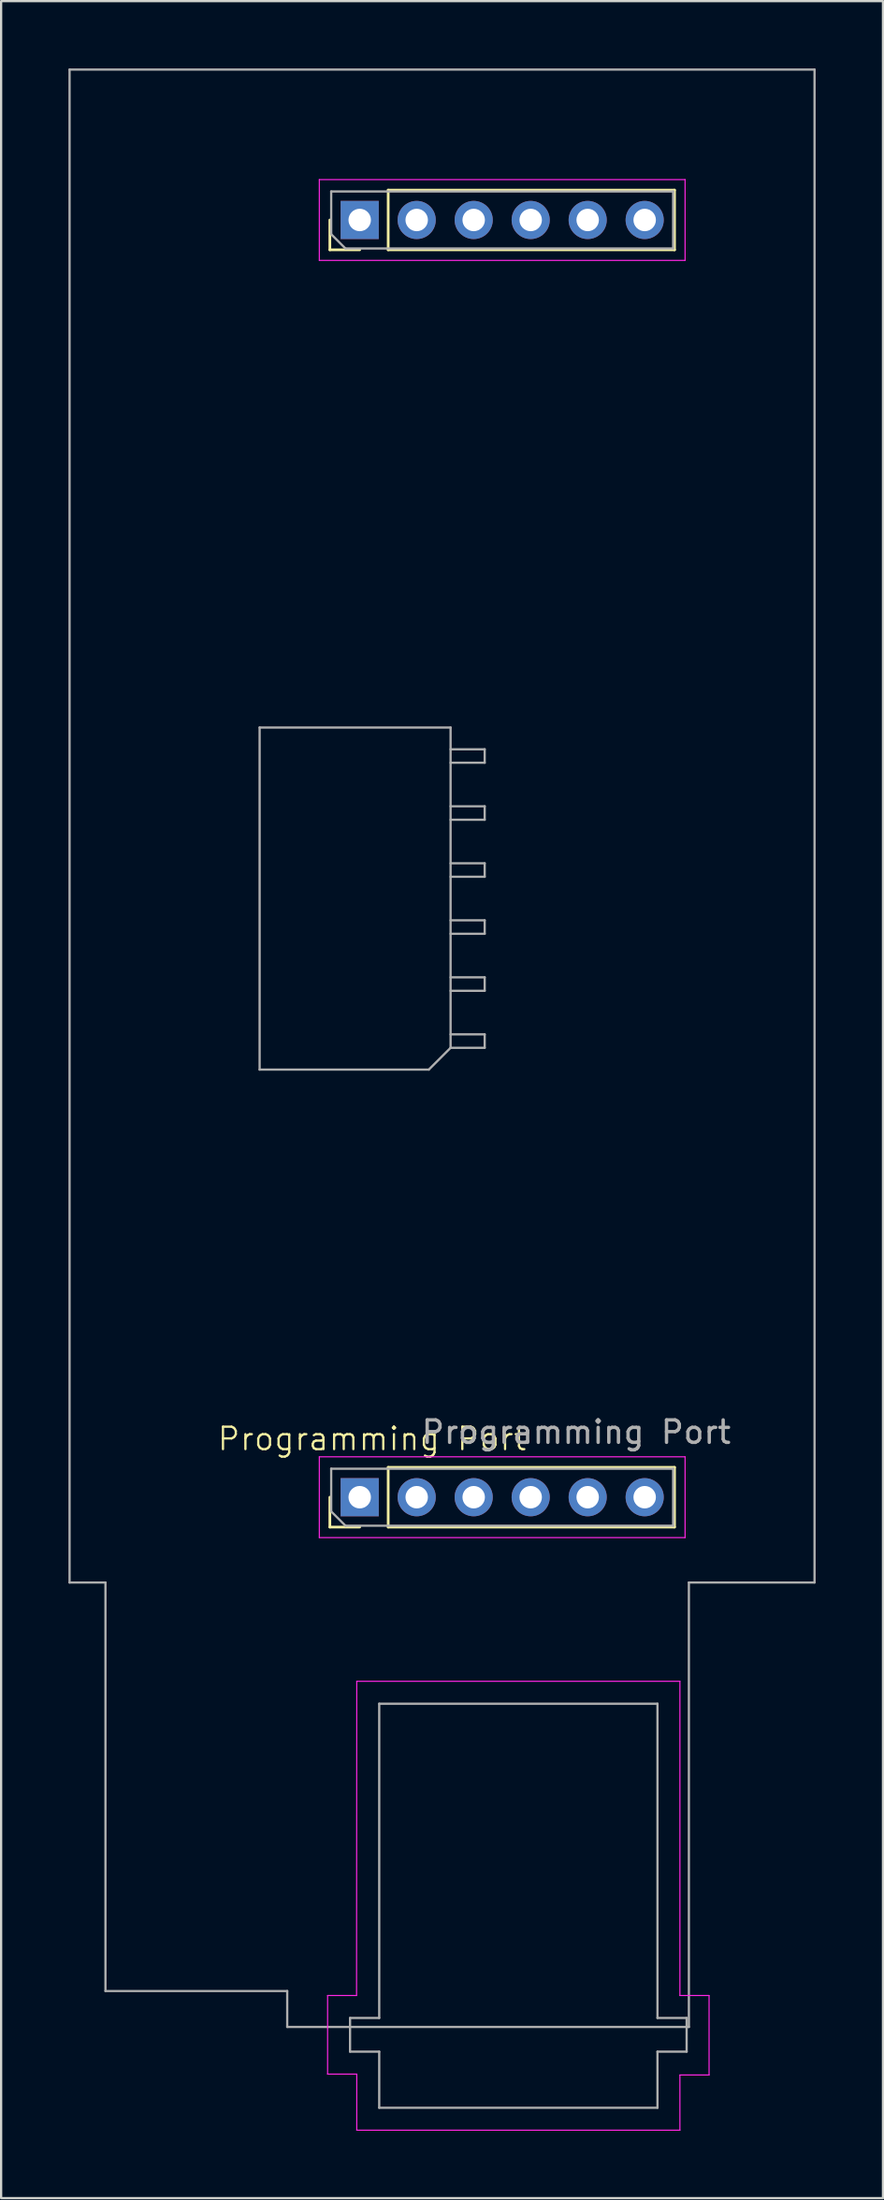
<source format=kicad_pcb>
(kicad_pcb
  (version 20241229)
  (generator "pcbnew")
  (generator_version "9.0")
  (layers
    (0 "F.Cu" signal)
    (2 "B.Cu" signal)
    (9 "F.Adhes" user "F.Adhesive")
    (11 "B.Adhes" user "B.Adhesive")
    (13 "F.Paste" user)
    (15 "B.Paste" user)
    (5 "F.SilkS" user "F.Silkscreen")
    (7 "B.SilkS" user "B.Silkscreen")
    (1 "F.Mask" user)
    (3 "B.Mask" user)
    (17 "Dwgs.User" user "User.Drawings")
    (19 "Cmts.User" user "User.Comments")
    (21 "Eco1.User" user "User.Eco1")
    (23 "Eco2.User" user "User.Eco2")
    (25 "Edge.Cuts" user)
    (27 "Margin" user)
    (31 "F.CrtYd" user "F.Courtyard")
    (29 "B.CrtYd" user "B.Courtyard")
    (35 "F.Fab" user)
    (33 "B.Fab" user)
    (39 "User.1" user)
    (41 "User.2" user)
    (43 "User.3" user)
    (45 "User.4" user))
  (footprint "Programming Port"
    (layer "F.Cu")
    (at 13.03 63.65)
    (property "Reference" "Programming Port" (at 0.5 -2.6 0) (unlocked yes) (layer "F.SilkS") (effects (font (size 1 1) (thickness 0.1))))
    (attr through_hole)
    (fp_line (start -1.38 -55.57) (end -1.38 -56.9) (stroke (width 0.12) (type solid)) (layer "F.SilkS"))
    (fp_line (start -1.38 1.33) (end -1.38 0) (stroke (width 0.12) (type solid)) (layer "F.SilkS"))
    (fp_line (start -0.05 -55.57) (end -1.38 -55.57) (stroke (width 0.12) (type solid)) (layer "F.SilkS"))
    (fp_line (start -0.05 1.33) (end -1.38 1.33) (stroke (width 0.12) (type solid)) (layer "F.SilkS"))
    (fp_line (start 1.22 -58.23) (end 13.98 -58.23) (stroke (width 0.12) (type solid)) (layer "F.SilkS"))
    (fp_line (start 1.22 -55.57) (end 1.22 -58.23) (stroke (width 0.12) (type solid)) (layer "F.SilkS"))
    (fp_line (start 1.22 -55.57) (end 13.98 -55.57) (stroke (width 0.12) (type solid)) (layer "F.SilkS"))
    (fp_line (start 1.22 -1.33) (end 13.98 -1.33) (stroke (width 0.12) (type solid)) (layer "F.SilkS"))
    (fp_line (start 1.22 1.33) (end 1.22 -1.33) (stroke (width 0.12) (type solid)) (layer "F.SilkS"))
    (fp_line (start 1.22 1.33) (end 13.98 1.33) (stroke (width 0.12) (type solid)) (layer "F.SilkS"))
    (fp_line (start 13.98 -55.57) (end 13.98 -58.23) (stroke (width 0.12) (type solid)) (layer "F.SilkS"))
    (fp_line (start 13.98 1.33) (end 13.98 -1.33) (stroke (width 0.12) (type solid)) (layer "F.SilkS"))
    (fp_line (start -1.85 -58.7) (end -1.85 -55.1) (stroke (width 0.05) (type solid)) (layer "F.CrtYd"))
    (fp_line (start -1.85 -55.1) (end 14.45 -55.1) (stroke (width 0.05) (type solid)) (layer "F.CrtYd"))
    (fp_line (start -1.85 -1.8) (end -1.85 1.8) (stroke (width 0.05) (type solid)) (layer "F.CrtYd"))
    (fp_line (start -1.85 1.8) (end 14.45 1.8) (stroke (width 0.05) (type solid)) (layer "F.CrtYd"))
    (fp_line (start -1.48 22.2) (end -1.48 25.7) (stroke (width 0.05) (type default)) (layer "F.CrtYd"))
    (fp_line (start -1.48 25.7) (end -0.18 25.7) (stroke (width 0.05) (type default)) (layer "F.CrtYd"))
    (fp_line (start -0.19 22.2) (end -1.48 22.2) (stroke (width 0.05) (type default)) (layer "F.CrtYd"))
    (fp_line (start -0.18 8.2) (end -0.19 22.2) (stroke (width 0.05) (type default)) (layer "F.CrtYd"))
    (fp_line (start -0.18 25.7) (end -0.18 28.2) (stroke (width 0.05) (type default)) (layer "F.CrtYd"))
    (fp_line (start -0.18 28.2) (end 14.22 28.2) (stroke (width 0.05) (type default)) (layer "F.CrtYd"))
    (fp_line (start 14.22 8.2) (end -0.18 8.2) (stroke (width 0.05) (type default)) (layer "F.CrtYd"))
    (fp_line (start 14.22 22.2) (end 14.22 8.2) (stroke (width 0.05) (type default)) (layer "F.CrtYd"))
    (fp_line (start 14.22 25.74) (end 15.52 25.74) (stroke (width 0.05) (type default)) (layer "F.CrtYd"))
    (fp_line (start 14.22 28.2) (end 14.22 25.74) (stroke (width 0.05) (type default)) (layer "F.CrtYd"))
    (fp_line (start 14.45 -58.7) (end -1.85 -58.7) (stroke (width 0.05) (type solid)) (layer "F.CrtYd"))
    (fp_line (start 14.45 -55.1) (end 14.45 -58.7) (stroke (width 0.05) (type solid)) (layer "F.CrtYd"))
    (fp_line (start 14.45 -1.8) (end -1.85 -1.8) (stroke (width 0.05) (type solid)) (layer "F.CrtYd"))
    (fp_line (start 14.45 1.8) (end 14.45 -1.8) (stroke (width 0.05) (type solid)) (layer "F.CrtYd"))
    (fp_line (start 15.52 22.2) (end 14.22 22.2) (stroke (width 0.05) (type default)) (layer "F.CrtYd"))
    (fp_line (start 15.52 25.74) (end 15.52 22.2) (stroke (width 0.05) (type default)) (layer "F.CrtYd"))
    (fp_line (start -12.98 -63.6) (end -12.98 3.8) (stroke (width 0.1) (type default)) (layer "F.Fab"))
    (fp_line (start -12.98 3.8) (end -11.38 3.8) (stroke (width 0.1) (type default)) (layer "F.Fab"))
    (fp_line (start -11.38 3.8) (end -11.38 22) (stroke (width 0.1) (type default)) (layer "F.Fab"))
    (fp_line (start -11.38 22) (end -3.28 22) (stroke (width 0.1) (type default)) (layer "F.Fab"))
    (fp_line (start -4.51 -34.29) (end -4.51 -19.05) (stroke (width 0.1) (type solid)) (layer "F.Fab"))
    (fp_line (start -4.51 -19.05) (end 3.03 -19.05) (stroke (width 0.1) (type solid)) (layer "F.Fab"))
    (fp_line (start -3.28 22) (end -3.28 23.6) (stroke (width 0.1) (type default)) (layer "F.Fab"))
    (fp_line (start -3.28 23.6) (end 14.62 23.6) (stroke (width 0.1) (type default)) (layer "F.Fab"))
    (fp_line (start -1.32 -58.17) (end 13.92 -58.17) (stroke (width 0.1) (type solid)) (layer "F.Fab"))
    (fp_line (start -1.32 -56.265) (end -1.32 -58.17) (stroke (width 0.1) (type solid)) (layer "F.Fab"))
    (fp_line (start -1.32 -1.27) (end 13.92 -1.27) (stroke (width 0.1) (type solid)) (layer "F.Fab"))
    (fp_line (start -1.32 0.635) (end -1.32 -1.27) (stroke (width 0.1) (type solid)) (layer "F.Fab"))
    (fp_line (start -0.685 -55.63) (end -1.32 -56.265) (stroke (width 0.1) (type solid)) (layer "F.Fab"))
    (fp_line (start -0.685 1.27) (end -1.32 0.635) (stroke (width 0.1) (type solid)) (layer "F.Fab"))
    (fp_line (start -0.48 23.2) (end 0.82 23.2) (stroke (width 0.1) (type default)) (layer "F.Fab"))
    (fp_line (start -0.48 24.7) (end -0.48 23.2) (stroke (width 0.1) (type default)) (layer "F.Fab"))
    (fp_line (start 0.82 23.2) (end 0.82 9.2) (stroke (width 0.1) (type default)) (layer "F.Fab"))
    (fp_line (start 0.82 24.7) (end -0.48 24.7) (stroke (width 0.1) (type default)) (layer "F.Fab"))
    (fp_line (start 0.82 27.2) (end 0.82 24.7) (stroke (width 0.1) (type default)) (layer "F.Fab"))
    (fp_line (start 3.03 -19.05) (end 4 -20.02) (stroke (width 0.1) (type solid)) (layer "F.Fab"))
    (fp_line (start 4 -34.29) (end -4.51 -34.29) (stroke (width 0.1) (type solid)) (layer "F.Fab"))
    (fp_line (start 4 -33.32) (end 5.52 -33.32) (stroke (width 0.1) (type solid)) (layer "F.Fab"))
    (fp_line (start 4 -30.78) (end 5.52 -30.78) (stroke (width 0.1) (type solid)) (layer "F.Fab"))
    (fp_line (start 4 -28.24) (end 5.52 -28.24) (stroke (width 0.1) (type solid)) (layer "F.Fab"))
    (fp_line (start 4 -25.7) (end 5.52 -25.7) (stroke (width 0.1) (type solid)) (layer "F.Fab"))
    (fp_line (start 4 -23.16) (end 5.52 -23.16) (stroke (width 0.1) (type solid)) (layer "F.Fab"))
    (fp_line (start 4 -20.62) (end 5.52 -20.62) (stroke (width 0.1) (type solid)) (layer "F.Fab"))
    (fp_line (start 4 -20.02) (end 4 -34.29) (stroke (width 0.1) (type solid)) (layer "F.Fab"))
    (fp_line (start 5.52 -33.32) (end 5.52 -32.72) (stroke (width 0.1) (type solid)) (layer "F.Fab"))
    (fp_line (start 5.52 -32.72) (end 4 -32.72) (stroke (width 0.1) (type solid)) (layer "F.Fab"))
    (fp_line (start 5.52 -30.78) (end 5.52 -30.18) (stroke (width 0.1) (type solid)) (layer "F.Fab"))
    (fp_line (start 5.52 -30.18) (end 4 -30.18) (stroke (width 0.1) (type solid)) (layer "F.Fab"))
    (fp_line (start 5.52 -28.24) (end 5.52 -27.64) (stroke (width 0.1) (type solid)) (layer "F.Fab"))
    (fp_line (start 5.52 -27.64) (end 4 -27.64) (stroke (width 0.1) (type solid)) (layer "F.Fab"))
    (fp_line (start 5.52 -25.7) (end 5.52 -25.1) (stroke (width 0.1) (type solid)) (layer "F.Fab"))
    (fp_line (start 5.52 -25.1) (end 4 -25.1) (stroke (width 0.1) (type solid)) (layer "F.Fab"))
    (fp_line (start 5.52 -23.16) (end 5.52 -22.56) (stroke (width 0.1) (type solid)) (layer "F.Fab"))
    (fp_line (start 5.52 -22.56) (end 4 -22.56) (stroke (width 0.1) (type solid)) (layer "F.Fab"))
    (fp_line (start 5.52 -20.62) (end 5.52 -20.02) (stroke (width 0.1) (type solid)) (layer "F.Fab"))
    (fp_line (start 5.52 -20.02) (end 4 -20.02) (stroke (width 0.1) (type solid)) (layer "F.Fab"))
    (fp_line (start 13.22 9.2) (end 0.82 9.2) (stroke (width 0.1) (type default)) (layer "F.Fab"))
    (fp_line (start 13.22 23.2) (end 13.22 9.2) (stroke (width 0.1) (type default)) (layer "F.Fab"))
    (fp_line (start 13.22 24.7) (end 14.52 24.7) (stroke (width 0.1) (type default)) (layer "F.Fab"))
    (fp_line (start 13.22 27.2) (end 0.82 27.2) (stroke (width 0.1) (type default)) (layer "F.Fab"))
    (fp_line (start 13.22 27.2) (end 13.22 24.7) (stroke (width 0.1) (type default)) (layer "F.Fab"))
    (fp_line (start 13.92 -58.17) (end 13.92 -55.63) (stroke (width 0.1) (type solid)) (layer "F.Fab"))
    (fp_line (start 13.92 -55.63) (end -0.685 -55.63) (stroke (width 0.1) (type solid)) (layer "F.Fab"))
    (fp_line (start 13.92 -1.27) (end 13.92 1.27) (stroke (width 0.1) (type solid)) (layer "F.Fab"))
    (fp_line (start 13.92 1.27) (end -0.685 1.27) (stroke (width 0.1) (type solid)) (layer "F.Fab"))
    (fp_line (start 14.52 23.2) (end 13.22 23.2) (stroke (width 0.1) (type default)) (layer "F.Fab"))
    (fp_line (start 14.52 24.7) (end 14.52 23.2) (stroke (width 0.1) (type default)) (layer "F.Fab"))
    (fp_line (start 14.62 3.8) (end 20.22 3.8) (stroke (width 0.1) (type default)) (layer "F.Fab"))
    (fp_line (start 14.62 23.6) (end 14.62 3.8) (stroke (width 0.1) (type default)) (layer "F.Fab"))
    (fp_line (start 20.22 -63.6) (end -12.98 -63.6) (stroke (width 0.1) (type default)) (layer "F.Fab"))
    (fp_line (start 20.22 3.8) (end 20.22 -63.6) (stroke (width 0.1) (type default)) (layer "F.Fab"))
    (fp_text user "${REFERENCE}" (at 9.6 -2.9 0) (unlocked yes) (layer "F.Fab") (effects (font (size 1 1) (thickness 0.15))))
    (pad "1" thru_hole rect (at -0.05 0 90) (size 1.7 1.7) (drill 1) (layers "*.Cu" "*.Mask"))
    (pad "2" thru_hole oval (at 2.49 0 90) (size 1.7 1.7) (drill 1) (layers "*.Cu" "*.Mask"))
    (pad "3" thru_hole oval (at 5.03 0 90) (size 1.7 1.7) (drill 1) (layers "*.Cu" "*.Mask"))
    (pad "4" thru_hole oval (at 7.57 0 90) (size 1.7 1.7) (drill 1) (layers "*.Cu" "*.Mask"))
    (pad "5" thru_hole oval (at 10.11 0 90) (size 1.7 1.7) (drill 1) (layers "*.Cu" "*.Mask"))
    (pad "6" thru_hole oval (at 12.65 0 90) (size 1.7 1.7) (drill 1) (layers "*.Cu" "*.Mask"))
    (pad "7" thru_hole rect (at -0.05 -56.9 90) (size 1.7 1.7) (drill 1) (layers "*.Cu" "*.Mask"))
    (pad "8" thru_hole oval (at 2.49 -56.9 90) (size 1.7 1.7) (drill 1) (layers "*.Cu" "*.Mask"))
    (pad "9" thru_hole oval (at 5.03 -56.9 90) (size 1.7 1.7) (drill 1) (layers "*.Cu" "*.Mask"))
    (pad "10" thru_hole oval (at 7.57 -56.9 90) (size 1.7 1.7) (drill 1) (layers "*.Cu" "*.Mask"))
    (pad "11" thru_hole oval (at 10.11 -56.9 90) (size 1.7 1.7) (drill 1) (layers "*.Cu" "*.Mask"))
    (pad "12" thru_hole oval (at 12.65 -56.9 90) (size 1.7 1.7) (drill 1) (layers "*.Cu" "*.Mask")))
  (gr_rect
    (start -3 -3)
    (end 36.3 94.875)
    (stroke (width 0.1) (type default))
    (fill no)
    (layer "Edge.Cuts")))
</source>
